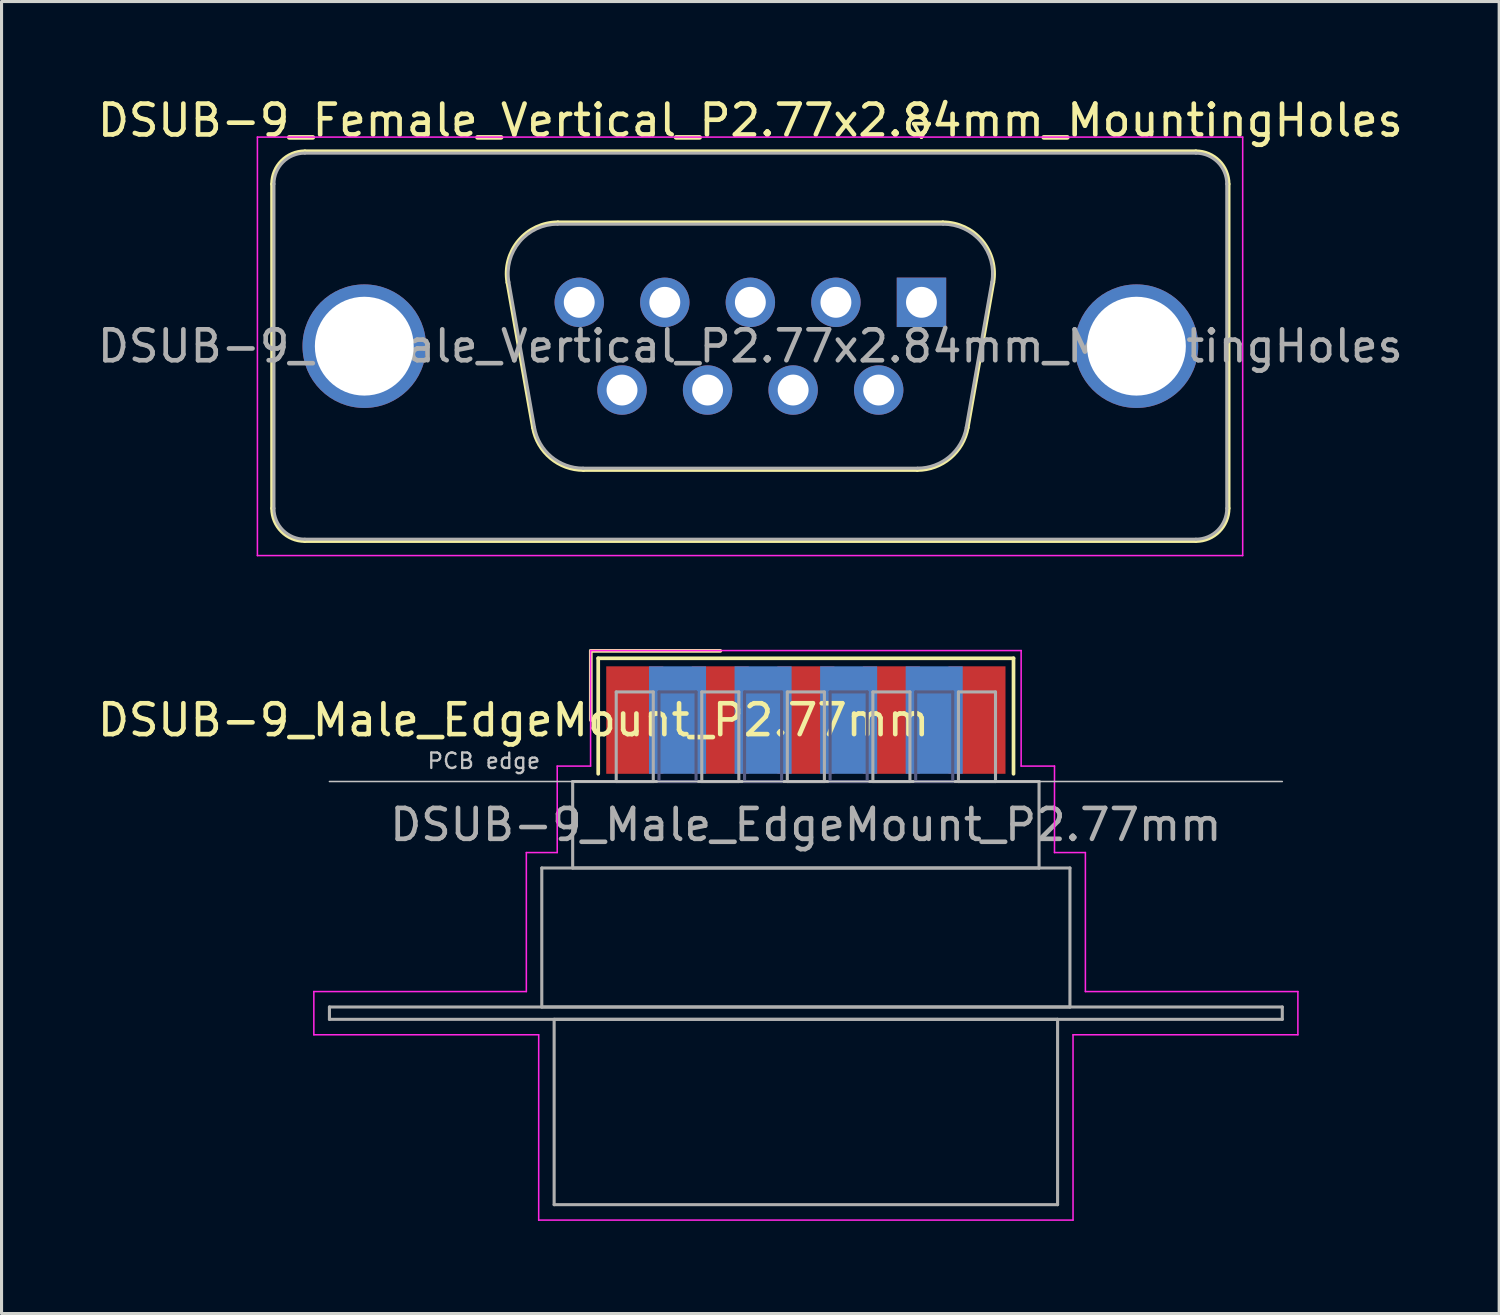
<source format=kicad_pcb>
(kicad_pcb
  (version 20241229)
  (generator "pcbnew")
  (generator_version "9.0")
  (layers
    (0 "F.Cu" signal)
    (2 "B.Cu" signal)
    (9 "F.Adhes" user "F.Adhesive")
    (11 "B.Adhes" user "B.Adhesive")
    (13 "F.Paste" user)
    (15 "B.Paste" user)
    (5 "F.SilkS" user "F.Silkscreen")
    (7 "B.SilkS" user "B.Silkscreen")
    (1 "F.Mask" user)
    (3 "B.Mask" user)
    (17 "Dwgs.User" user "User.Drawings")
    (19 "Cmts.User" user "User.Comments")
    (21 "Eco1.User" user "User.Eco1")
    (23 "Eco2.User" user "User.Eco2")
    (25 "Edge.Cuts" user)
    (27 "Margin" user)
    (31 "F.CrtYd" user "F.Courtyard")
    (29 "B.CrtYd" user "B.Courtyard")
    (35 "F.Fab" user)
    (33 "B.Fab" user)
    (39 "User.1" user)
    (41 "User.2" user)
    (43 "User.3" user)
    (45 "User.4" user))
  (footprint "DSUB-9_Female_Vertical_P2.77x2.84mm_MountingHoles"
    (layer "F.Cu")
    (at 26.784 6.738)
    (property "Reference" "DSUB-9_Female_Vertical_P2.77x2.84mm_MountingHoles" (at -5.54 -5.89 0) (layer "F.SilkS") (effects (font (size 1 1) (thickness 0.15))))
    (attr through_hole)
    (fp_line (start -21.025 6.67) (end -21.025 -3.83) (stroke (width 0.12) (type solid)) (layer "F.SilkS"))
    (fp_line (start -19.965 -4.89) (end 8.885 -4.89) (stroke (width 0.12) (type solid)) (layer "F.SilkS"))
    (fp_line (start -13.406 -0.642) (end -12.578 4.058) (stroke (width 0.12) (type solid)) (layer "F.SilkS"))
    (fp_line (start -11.772 -2.59) (end 0.692 -2.59) (stroke (width 0.12) (type solid)) (layer "F.SilkS"))
    (fp_line (start -10.943 5.43) (end -0.137 5.43) (stroke (width 0.12) (type solid)) (layer "F.SilkS"))
    (fp_line (start -0.25 -5.784) (end 0.25 -5.784) (stroke (width 0.12) (type solid)) (layer "F.SilkS"))
    (fp_line (start 0 -5.351) (end -0.25 -5.784) (stroke (width 0.12) (type solid)) (layer "F.SilkS"))
    (fp_line (start 0.25 -5.784) (end 0 -5.351) (stroke (width 0.12) (type solid)) (layer "F.SilkS"))
    (fp_line (start 2.326 -0.642) (end 1.498 4.058) (stroke (width 0.12) (type solid)) (layer "F.SilkS"))
    (fp_line (start 8.885 7.73) (end -19.965 7.73) (stroke (width 0.12) (type solid)) (layer "F.SilkS"))
    (fp_line (start 9.945 -3.83) (end 9.945 6.67) (stroke (width 0.12) (type solid)) (layer "F.SilkS"))
    (fp_arc (start -21.025 -3.83) (mid -20.714533 -4.579533) (end -19.965 -4.89) (stroke (width 0.12) (type solid)) (layer "F.SilkS"))
    (fp_arc (start -19.965 7.73) (mid -20.714533 7.419533) (end -21.025 6.67) (stroke (width 0.12) (type solid)) (layer "F.SilkS"))
    (fp_arc (start -13.40647 -0.641744) (mid -13.043323 -1.997028) (end -11.771689 -2.59) (stroke (width 0.12) (type solid)) (layer "F.SilkS"))
    (fp_arc (start -10.942952 5.43) (mid -12.009979 5.041634) (end -12.577733 4.058256) (stroke (width 0.12) (type solid)) (layer "F.SilkS"))
    (fp_arc (start 0.691689 -2.59) (mid 1.963323 -1.997027) (end 2.32647 -0.641744) (stroke (width 0.12) (type solid)) (layer "F.SilkS"))
    (fp_arc (start 1.497733 4.058256) (mid 0.92998 5.041634) (end -0.137048 5.43) (stroke (width 0.12) (type solid)) (layer "F.SilkS"))
    (fp_arc (start 8.885 -4.89) (mid 9.634533 -4.579533) (end 9.945 -3.83) (stroke (width 0.12) (type solid)) (layer "F.SilkS"))
    (fp_arc (start 9.945 6.67) (mid 9.634533 7.419533) (end 8.885 7.73) (stroke (width 0.12) (type solid)) (layer "F.SilkS"))
    (fp_line (start -21.5 -5.35) (end -21.5 8.2) (stroke (width 0.05) (type solid)) (layer "F.CrtYd"))
    (fp_line (start -21.5 8.2) (end 10.4 8.2) (stroke (width 0.05) (type solid)) (layer "F.CrtYd"))
    (fp_line (start 10.4 -5.35) (end -21.5 -5.35) (stroke (width 0.05) (type solid)) (layer "F.CrtYd"))
    (fp_line (start 10.4 8.2) (end 10.4 -5.35) (stroke (width 0.05) (type solid)) (layer "F.CrtYd"))
    (fp_line (start -20.965 6.67) (end -20.965 -3.83) (stroke (width 0.1) (type solid)) (layer "F.Fab"))
    (fp_line (start -19.965 -4.83) (end 8.885 -4.83) (stroke (width 0.1) (type solid)) (layer "F.Fab"))
    (fp_line (start -13.359 -0.652) (end -12.53 4.048) (stroke (width 0.1) (type solid)) (layer "F.Fab"))
    (fp_line (start -11.783 -2.53) (end 0.703 -2.53) (stroke (width 0.1) (type solid)) (layer "F.Fab"))
    (fp_line (start -10.954 5.37) (end -0.126 5.37) (stroke (width 0.1) (type solid)) (layer "F.Fab"))
    (fp_line (start 2.279 -0.652) (end 1.45 4.048) (stroke (width 0.1) (type solid)) (layer "F.Fab"))
    (fp_line (start 8.885 7.67) (end -19.965 7.67) (stroke (width 0.1) (type solid)) (layer "F.Fab"))
    (fp_line (start 9.885 -3.83) (end 9.885 6.67) (stroke (width 0.1) (type solid)) (layer "F.Fab"))
    (fp_arc (start -20.965 -3.83) (mid -20.672107 -4.537107) (end -19.965 -4.83) (stroke (width 0.1) (type solid)) (layer "F.Fab"))
    (fp_arc (start -19.965 7.67) (mid -20.672107 7.377107) (end -20.965 6.67) (stroke (width 0.1) (type solid)) (layer "F.Fab"))
    (fp_arc (start -13.358886 -0.652163) (mid -13.008865 -1.95846) (end -11.783194 -2.53) (stroke (width 0.1) (type solid)) (layer "F.Fab"))
    (fp_arc (start -10.954457 5.37) (mid -11.982917 4.995671) (end -12.530149 4.047837) (stroke (width 0.1) (type solid)) (layer "F.Fab"))
    (fp_arc (start 0.703194 -2.53) (mid 1.928865 -1.95846) (end 2.278886 -0.652163) (stroke (width 0.1) (type solid)) (layer "F.Fab"))
    (fp_arc (start 1.450149 4.047837) (mid 0.902917 4.995671) (end -0.125543 5.37) (stroke (width 0.1) (type solid)) (layer "F.Fab"))
    (fp_arc (start 8.885 -4.83) (mid 9.592107 -4.537107) (end 9.885 -3.83) (stroke (width 0.1) (type solid)) (layer "F.Fab"))
    (fp_arc (start 9.885 6.67) (mid 9.592107 7.377107) (end 8.885 7.67) (stroke (width 0.1) (type solid)) (layer "F.Fab"))
    (fp_text user "${REFERENCE}" (at -5.54 1.42 0) (layer "F.Fab") (effects (font (size 1 1) (thickness 0.15))))
    (pad "0" thru_hole circle (at -18.04 1.42) (size 4 4) (drill 3.2) (layers "*.Cu" "*.Mask"))
    (pad "0" thru_hole circle (at 6.96 1.42) (size 4 4) (drill 3.2) (layers "*.Cu" "*.Mask"))
    (pad "1" thru_hole rect (at 0 0) (size 1.6 1.6) (drill 1) (layers "*.Cu" "*.Mask"))
    (pad "2" thru_hole circle (at -2.77 0) (size 1.6 1.6) (drill 1) (layers "*.Cu" "*.Mask"))
    (pad "3" thru_hole circle (at -5.54 0) (size 1.6 1.6) (drill 1) (layers "*.Cu" "*.Mask"))
    (pad "4" thru_hole circle (at -8.31 0) (size 1.6 1.6) (drill 1) (layers "*.Cu" "*.Mask"))
    (pad "5" thru_hole circle (at -11.08 0) (size 1.6 1.6) (drill 1) (layers "*.Cu" "*.Mask"))
    (pad "6" thru_hole circle (at -1.385 2.84) (size 1.6 1.6) (drill 1) (layers "*.Cu" "*.Mask"))
    (pad "7" thru_hole circle (at -4.155 2.84) (size 1.6 1.6) (drill 1) (layers "*.Cu" "*.Mask"))
    (pad "8" thru_hole circle (at -6.925 2.84) (size 1.6 1.6) (drill 1) (layers "*.Cu" "*.Mask"))
    (pad "9" thru_hole circle (at -9.695 2.84) (size 1.6 1.6) (drill 1) (layers "*.Cu" "*.Mask")))
  (footprint "DSUB-9_Male_EdgeMount_P2.77mm"
    (layer "F.Cu")
    (at 23.041 20.263)
    (property "Reference" "DSUB-9_Male_EdgeMount_P2.77mm" (at -9.463 0 0) (layer "F.SilkS") (effects (font (size 1 1) (thickness 0.15))))
    (attr smd)
    (fp_line (start -6.963 -2.24) (end -2.77 -2.24) (stroke (width 0.12) (type solid)) (layer "F.SilkS"))
    (fp_line (start -6.963 0) (end -6.963 -2.24) (stroke (width 0.12) (type solid)) (layer "F.SilkS"))
    (fp_line (start -6.723 -2) (end -6.723 1.74) (stroke (width 0.12) (type solid)) (layer "F.SilkS"))
    (fp_line (start 6.723 -2) (end -6.723 -2) (stroke (width 0.12) (type solid)) (layer "F.SilkS"))
    (fp_line (start 6.723 1.74) (end 6.723 -2) (stroke (width 0.12) (type solid)) (layer "F.SilkS"))
    (fp_line (start -15.425 1.99) (end 15.425 1.99) (stroke (width 0.05) (type solid)) (layer "Dwgs.User"))
    (fp_line (start -15.93 8.79) (end -9.05 8.79) (stroke (width 0.05) (type solid)) (layer "F.CrtYd"))
    (fp_line (start -15.93 10.19) (end -15.93 8.79) (stroke (width 0.05) (type solid)) (layer "F.CrtYd"))
    (fp_line (start -9.05 4.29) (end -8.05 4.29) (stroke (width 0.05) (type solid)) (layer "F.CrtYd"))
    (fp_line (start -9.05 8.79) (end -9.05 4.29) (stroke (width 0.05) (type solid)) (layer "F.CrtYd"))
    (fp_line (start -8.65 10.19) (end -15.93 10.19) (stroke (width 0.05) (type solid)) (layer "F.CrtYd"))
    (fp_line (start -8.65 16.19) (end -8.65 10.19) (stroke (width 0.05) (type solid)) (layer "F.CrtYd"))
    (fp_line (start -8.05 1.49) (end -6.97 1.49) (stroke (width 0.05) (type solid)) (layer "F.CrtYd"))
    (fp_line (start -8.05 4.29) (end -8.05 1.49) (stroke (width 0.05) (type solid)) (layer "F.CrtYd"))
    (fp_line (start -6.97 -2.25) (end 6.97 -2.25) (stroke (width 0.05) (type solid)) (layer "F.CrtYd"))
    (fp_line (start -6.97 1.49) (end -6.97 -2.25) (stroke (width 0.05) (type solid)) (layer "F.CrtYd"))
    (fp_line (start 6.97 -2.25) (end 6.97 1.49) (stroke (width 0.05) (type solid)) (layer "F.CrtYd"))
    (fp_line (start 6.97 1.49) (end 8.05 1.49) (stroke (width 0.05) (type solid)) (layer "F.CrtYd"))
    (fp_line (start 8.05 1.49) (end 8.05 4.29) (stroke (width 0.05) (type solid)) (layer "F.CrtYd"))
    (fp_line (start 8.05 4.29) (end 9.05 4.29) (stroke (width 0.05) (type solid)) (layer "F.CrtYd"))
    (fp_line (start 8.65 10.19) (end 8.65 16.19) (stroke (width 0.05) (type solid)) (layer "F.CrtYd"))
    (fp_line (start 8.65 16.19) (end -8.65 16.19) (stroke (width 0.05) (type solid)) (layer "F.CrtYd"))
    (fp_line (start 9.05 4.29) (end 9.05 8.79) (stroke (width 0.05) (type solid)) (layer "F.CrtYd"))
    (fp_line (start 9.05 8.79) (end 15.93 8.79) (stroke (width 0.05) (type solid)) (layer "F.CrtYd"))
    (fp_line (start 15.93 8.79) (end 15.93 10.19) (stroke (width 0.05) (type solid)) (layer "F.CrtYd"))
    (fp_line (start 15.93 10.19) (end 8.65 10.19) (stroke (width 0.05) (type solid)) (layer "F.CrtYd"))
    (fp_line (start -4.755 -0.91) (end -4.755 1.99) (stroke (width 0.1) (type solid)) (layer "B.Fab"))
    (fp_line (start -4.755 1.99) (end -3.555 1.99) (stroke (width 0.1) (type solid)) (layer "B.Fab"))
    (fp_line (start -3.555 -0.91) (end -4.755 -0.91) (stroke (width 0.1) (type solid)) (layer "B.Fab"))
    (fp_line (start -3.555 1.99) (end -3.555 -0.91) (stroke (width 0.1) (type solid)) (layer "B.Fab"))
    (fp_line (start -1.985 -0.91) (end -1.985 1.99) (stroke (width 0.1) (type solid)) (layer "B.Fab"))
    (fp_line (start -1.985 1.99) (end -0.785 1.99) (stroke (width 0.1) (type solid)) (layer "B.Fab"))
    (fp_line (start -0.785 -0.91) (end -1.985 -0.91) (stroke (width 0.1) (type solid)) (layer "B.Fab"))
    (fp_line (start -0.785 1.99) (end -0.785 -0.91) (stroke (width 0.1) (type solid)) (layer "B.Fab"))
    (fp_line (start 0.785 -0.91) (end 0.785 1.99) (stroke (width 0.1) (type solid)) (layer "B.Fab"))
    (fp_line (start 0.785 1.99) (end 1.985 1.99) (stroke (width 0.1) (type solid)) (layer "B.Fab"))
    (fp_line (start 1.985 -0.91) (end 0.785 -0.91) (stroke (width 0.1) (type solid)) (layer "B.Fab"))
    (fp_line (start 1.985 1.99) (end 1.985 -0.91) (stroke (width 0.1) (type solid)) (layer "B.Fab"))
    (fp_line (start 3.555 -0.91) (end 3.555 1.99) (stroke (width 0.1) (type solid)) (layer "B.Fab"))
    (fp_line (start 3.555 1.99) (end 4.755 1.99) (stroke (width 0.1) (type solid)) (layer "B.Fab"))
    (fp_line (start 4.755 -0.91) (end 3.555 -0.91) (stroke (width 0.1) (type solid)) (layer "B.Fab"))
    (fp_line (start 4.755 1.99) (end 4.755 -0.91) (stroke (width 0.1) (type solid)) (layer "B.Fab"))
    (fp_line (start -15.425 9.29) (end -15.425 9.69) (stroke (width 0.1) (type solid)) (layer "F.Fab"))
    (fp_line (start -15.425 9.69) (end 15.425 9.69) (stroke (width 0.1) (type solid)) (layer "F.Fab"))
    (fp_line (start -8.55 4.79) (end -8.55 9.29) (stroke (width 0.1) (type solid)) (layer "F.Fab"))
    (fp_line (start -8.55 9.29) (end 8.55 9.29) (stroke (width 0.1) (type solid)) (layer "F.Fab"))
    (fp_line (start -8.15 9.69) (end -8.15 15.69) (stroke (width 0.1) (type solid)) (layer "F.Fab"))
    (fp_line (start -8.15 15.69) (end 8.15 15.69) (stroke (width 0.1) (type solid)) (layer "F.Fab"))
    (fp_line (start -7.55 1.99) (end -7.55 4.79) (stroke (width 0.1) (type solid)) (layer "F.Fab"))
    (fp_line (start -7.55 4.79) (end 7.55 4.79) (stroke (width 0.1) (type solid)) (layer "F.Fab"))
    (fp_line (start -6.14 -0.91) (end -6.14 1.99) (stroke (width 0.1) (type solid)) (layer "F.Fab"))
    (fp_line (start -6.14 1.99) (end -4.94 1.99) (stroke (width 0.1) (type solid)) (layer "F.Fab"))
    (fp_line (start -4.94 -0.91) (end -6.14 -0.91) (stroke (width 0.1) (type solid)) (layer "F.Fab"))
    (fp_line (start -4.94 1.99) (end -4.94 -0.91) (stroke (width 0.1) (type solid)) (layer "F.Fab"))
    (fp_line (start -3.37 -0.91) (end -3.37 1.99) (stroke (width 0.1) (type solid)) (layer "F.Fab"))
    (fp_line (start -3.37 1.99) (end -2.17 1.99) (stroke (width 0.1) (type solid)) (layer "F.Fab"))
    (fp_line (start -2.17 -0.91) (end -3.37 -0.91) (stroke (width 0.1) (type solid)) (layer "F.Fab"))
    (fp_line (start -2.17 1.99) (end -2.17 -0.91) (stroke (width 0.1) (type solid)) (layer "F.Fab"))
    (fp_line (start -0.6 -0.91) (end -0.6 1.99) (stroke (width 0.1) (type solid)) (layer "F.Fab"))
    (fp_line (start -0.6 1.99) (end 0.6 1.99) (stroke (width 0.1) (type solid)) (layer "F.Fab"))
    (fp_line (start 0.6 -0.91) (end -0.6 -0.91) (stroke (width 0.1) (type solid)) (layer "F.Fab"))
    (fp_line (start 0.6 1.99) (end 0.6 -0.91) (stroke (width 0.1) (type solid)) (layer "F.Fab"))
    (fp_line (start 2.17 -0.91) (end 2.17 1.99) (stroke (width 0.1) (type solid)) (layer "F.Fab"))
    (fp_line (start 2.17 1.99) (end 3.37 1.99) (stroke (width 0.1) (type solid)) (layer "F.Fab"))
    (fp_line (start 3.37 -0.91) (end 2.17 -0.91) (stroke (width 0.1) (type solid)) (layer "F.Fab"))
    (fp_line (start 3.37 1.99) (end 3.37 -0.91) (stroke (width 0.1) (type solid)) (layer "F.Fab"))
    (fp_line (start 4.94 -0.91) (end 4.94 1.99) (stroke (width 0.1) (type solid)) (layer "F.Fab"))
    (fp_line (start 4.94 1.99) (end 6.14 1.99) (stroke (width 0.1) (type solid)) (layer "F.Fab"))
    (fp_line (start 6.14 -0.91) (end 4.94 -0.91) (stroke (width 0.1) (type solid)) (layer "F.Fab"))
    (fp_line (start 6.14 1.99) (end 6.14 -0.91) (stroke (width 0.1) (type solid)) (layer "F.Fab"))
    (fp_line (start 7.55 1.99) (end -7.55 1.99) (stroke (width 0.1) (type solid)) (layer "F.Fab"))
    (fp_line (start 7.55 4.79) (end 7.55 1.99) (stroke (width 0.1) (type solid)) (layer "F.Fab"))
    (fp_line (start 8.15 9.69) (end -8.15 9.69) (stroke (width 0.1) (type solid)) (layer "F.Fab"))
    (fp_line (start 8.15 15.69) (end 8.15 9.69) (stroke (width 0.1) (type solid)) (layer "F.Fab"))
    (fp_line (start 8.55 4.79) (end -8.55 4.79) (stroke (width 0.1) (type solid)) (layer "F.Fab"))
    (fp_line (start 8.55 9.29) (end 8.55 4.79) (stroke (width 0.1) (type solid)) (layer "F.Fab"))
    (fp_line (start 15.425 9.29) (end -15.425 9.29) (stroke (width 0.1) (type solid)) (layer "F.Fab"))
    (fp_line (start 15.425 9.69) (end 15.425 9.29) (stroke (width 0.1) (type solid)) (layer "F.Fab"))
    (fp_text user "PCB edge" (at -10.425 1.323 0) (layer "Dwgs.User") (effects (font (size 0.5 0.5) (thickness 0.075))))
    (fp_text user "${REFERENCE}" (at 0 3.39 0) (layer "F.Fab") (effects (font (size 1 1) (thickness 0.15))))
    (pad "1" smd rect (at -5.54 0) (size 1.847 3.48) (layers "F.Cu" "F.Mask" "F.Paste"))
    (pad "2" smd rect (at -2.77 0) (size 1.847 3.48) (layers "F.Cu" "F.Mask" "F.Paste"))
    (pad "3" smd rect (at 0 0) (size 1.847 3.48) (layers "F.Cu" "F.Mask" "F.Paste"))
    (pad "4" smd rect (at 2.77 0) (size 1.847 3.48) (layers "F.Cu" "F.Mask" "F.Paste"))
    (pad "5" smd rect (at 5.54 0) (size 1.847 3.48) (layers "F.Cu" "F.Mask" "F.Paste"))
    (pad "6" smd rect (at -4.155 0) (size 1.847 3.48) (layers "B.Cu" "B.Mask" "B.Paste"))
    (pad "7" smd rect (at -1.385 0) (size 1.847 3.48) (layers "B.Cu" "B.Mask" "B.Paste"))
    (pad "8" smd rect (at 1.385 0) (size 1.847 3.48) (layers "B.Cu" "B.Mask" "B.Paste"))
    (pad "9" smd rect (at 4.155 0) (size 1.847 3.48) (layers "B.Cu" "B.Mask" "B.Paste")))
  (gr_rect
    (start -3 -3)
    (end 45.488 39.478)
    (stroke (width 0.1) (type default))
    (fill no)
    (layer "Edge.Cuts")))
</source>
